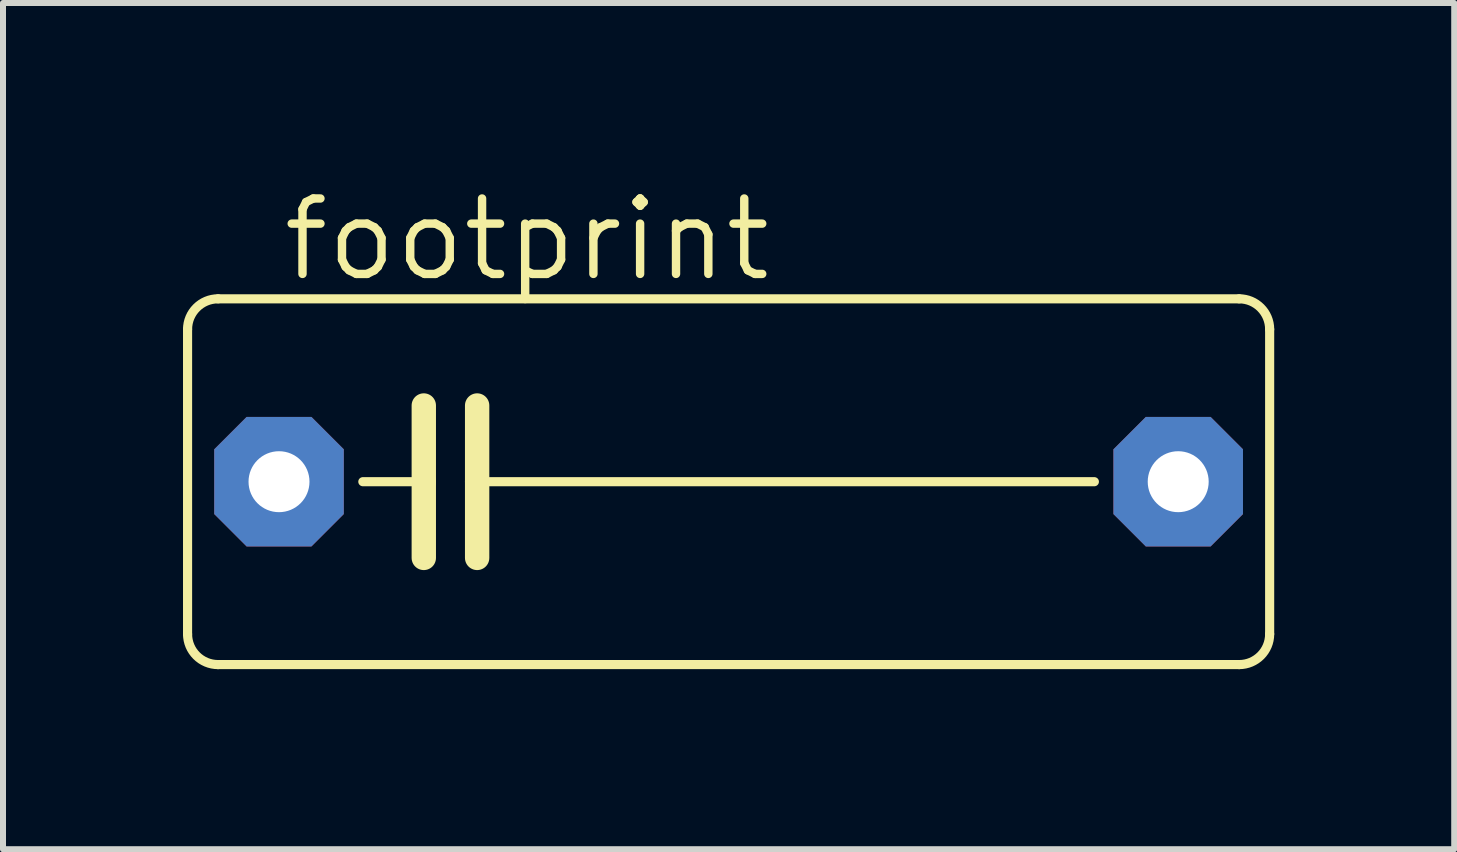
<source format=kicad_pcb>
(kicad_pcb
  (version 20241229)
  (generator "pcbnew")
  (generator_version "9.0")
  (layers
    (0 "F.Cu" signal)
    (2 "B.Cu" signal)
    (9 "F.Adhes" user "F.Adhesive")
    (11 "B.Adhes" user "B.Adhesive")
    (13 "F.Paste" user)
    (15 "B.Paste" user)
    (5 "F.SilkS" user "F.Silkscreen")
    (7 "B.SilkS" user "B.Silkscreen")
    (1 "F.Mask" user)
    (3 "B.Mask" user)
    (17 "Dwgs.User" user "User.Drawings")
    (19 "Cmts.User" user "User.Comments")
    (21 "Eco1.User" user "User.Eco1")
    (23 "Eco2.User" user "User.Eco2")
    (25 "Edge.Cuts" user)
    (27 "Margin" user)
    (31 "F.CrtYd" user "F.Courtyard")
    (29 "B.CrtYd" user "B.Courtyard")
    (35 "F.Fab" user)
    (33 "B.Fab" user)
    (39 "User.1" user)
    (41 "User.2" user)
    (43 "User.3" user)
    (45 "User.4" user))
  (footprint "footprint"
    (layer "F.Cu")
    (at 9.093 4.978)
    (property "Reference" "footprint" (at -7.493 -3.302 0) (layer "F.SilkS") (effects (font (size 1.257 1.257) (thickness 0.14)) (justify left bottom)))
    (fp_line (start -9.017 2.54) (end -9.017 -2.54) (stroke (width 0.152) (type solid)) (layer "F.SilkS"))
    (fp_line (start -8.509 -3.048) (end 8.509 -3.048) (stroke (width 0.152) (type solid)) (layer "F.SilkS"))
    (fp_line (start -5.08 -1.27) (end -5.08 0) (stroke (width 0.406) (type solid)) (layer "F.SilkS"))
    (fp_line (start -5.08 0) (end -6.096 0) (stroke (width 0.152) (type solid)) (layer "F.SilkS"))
    (fp_line (start -5.08 0) (end -5.08 1.27) (stroke (width 0.406) (type solid)) (layer "F.SilkS"))
    (fp_line (start -4.191 -1.27) (end -4.191 0) (stroke (width 0.406) (type solid)) (layer "F.SilkS"))
    (fp_line (start -4.191 0) (end -4.191 1.27) (stroke (width 0.406) (type solid)) (layer "F.SilkS"))
    (fp_line (start -4.191 0) (end 6.096 0) (stroke (width 0.152) (type solid)) (layer "F.SilkS"))
    (fp_line (start 8.509 3.048) (end -8.509 3.048) (stroke (width 0.152) (type solid)) (layer "F.SilkS"))
    (fp_line (start 9.017 -2.54) (end 9.017 2.54) (stroke (width 0.152) (type solid)) (layer "F.SilkS"))
    (fp_arc (start -9.017 -2.54) (mid -8.86821 -2.89921) (end -8.509 -3.048) (stroke (width 0.1524) (type solid)) (layer "F.SilkS"))
    (fp_arc (start -8.509 3.048) (mid -8.86821 2.89921) (end -9.017 2.54) (stroke (width 0.1524) (type solid)) (layer "F.SilkS"))
    (fp_arc (start 8.509 -3.048) (mid 8.86821 -2.89921) (end 9.017 -2.54) (stroke (width 0.1524) (type solid)) (layer "F.SilkS"))
    (fp_arc (start 9.017 2.54) (mid 8.86821 2.89921) (end 8.509 3.048) (stroke (width 0.1524) (type solid)) (layer "F.SilkS"))
    (pad "1" thru_hole roundrect (at -7.493 0) (size 2.159 2.159) (drill 1.016) (layers "*.Cu" "*.Mask") (roundrect_rratio 0.25) (chamfer_ratio 0.25) (chamfer top_left top_right bottom_left bottom_right))
    (pad "2" thru_hole roundrect (at 7.493 0) (size 2.159 2.159) (drill 1.016) (layers "*.Cu" "*.Mask") (roundrect_rratio 0.25) (chamfer_ratio 0.25) (chamfer top_left top_right bottom_left bottom_right)))
  (gr_rect
    (start -3 -3)
    (end 21.186 11.103)
    (stroke (width 0.1) (type default))
    (fill no)
    (layer "Edge.Cuts")))
</source>
